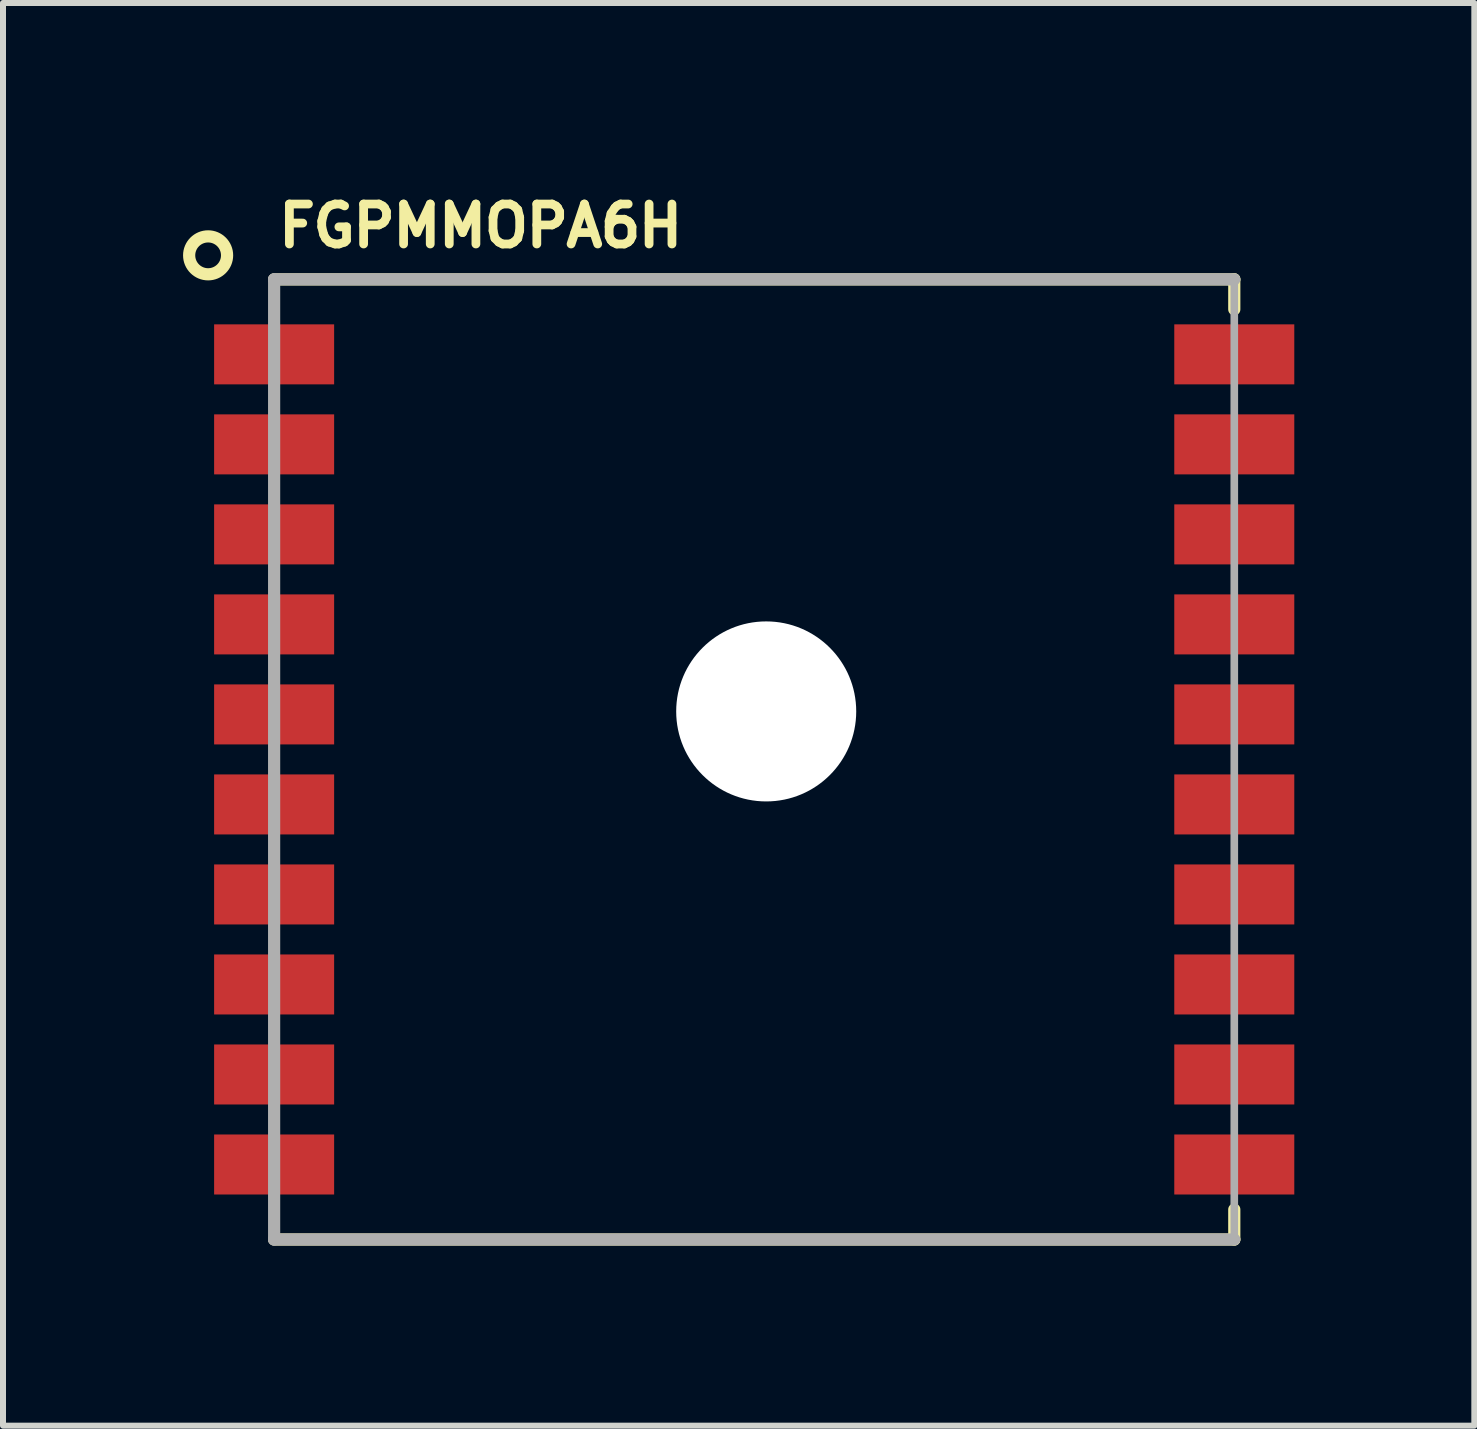
<source format=kicad_pcb>
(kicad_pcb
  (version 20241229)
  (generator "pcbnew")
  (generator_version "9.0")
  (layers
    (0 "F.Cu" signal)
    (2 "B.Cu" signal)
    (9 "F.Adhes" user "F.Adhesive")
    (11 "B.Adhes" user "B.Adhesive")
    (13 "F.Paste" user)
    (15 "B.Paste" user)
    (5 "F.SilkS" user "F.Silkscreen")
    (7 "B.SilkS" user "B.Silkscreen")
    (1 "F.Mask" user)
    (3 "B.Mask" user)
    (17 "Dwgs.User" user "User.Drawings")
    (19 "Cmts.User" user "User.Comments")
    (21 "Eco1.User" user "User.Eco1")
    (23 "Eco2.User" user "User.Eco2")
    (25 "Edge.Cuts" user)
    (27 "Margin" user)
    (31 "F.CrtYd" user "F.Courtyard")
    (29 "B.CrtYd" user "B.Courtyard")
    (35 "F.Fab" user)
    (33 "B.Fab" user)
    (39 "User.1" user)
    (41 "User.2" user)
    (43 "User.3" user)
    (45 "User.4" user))
  (footprint "FGPMMOPA6H"
    (layer "F.Cu")
    (at 9.518 9.605)
    (property "Reference" "FGPMMOPA6H" (at -8 -8.5 0) (layer "F.SilkS") (effects (font (size 0.666 0.666) (thickness 0.146)) (justify left bottom)))
    (fp_line (start -8 -8) (end 8 -8) (stroke (width 0.203) (type solid)) (layer "F.SilkS"))
    (fp_line (start 8 -8) (end 8 -7.5) (stroke (width 0.203) (type solid)) (layer "F.SilkS"))
    (fp_line (start 8 7.5) (end 8 8) (stroke (width 0.203) (type solid)) (layer "F.SilkS"))
    (fp_line (start 8 8) (end -8 8) (stroke (width 0.203) (type solid)) (layer "F.SilkS"))
    (fp_circle (center -9.1 -8.4) (end -8.784 -8.4) (stroke (width 0.203) (type solid)) (fill no) (layer "F.SilkS"))
    (fp_line (start -8 -8) (end 8 -8) (stroke (width 0.203) (type solid)) (layer "F.Fab"))
    (fp_line (start -8 8) (end -8 -8) (stroke (width 0.203) (type solid)) (layer "F.Fab"))
    (fp_line (start 8 -8) (end 8 8) (stroke (width 0.127) (type solid)) (layer "F.Fab"))
    (fp_line (start 8 8) (end -8 8) (stroke (width 0.203) (type solid)) (layer "F.Fab"))
    (pad "" np_thru_hole circle (at 0.2 -0.8) (size 3 3) (drill 3) (layers "*.Cu" "*.Mask"))
    (pad "P$1" smd rect (at -8 -6.75) (size 2 1) (layers "F.Cu" "F.Mask" "F.Paste"))
    (pad "P$2" smd rect (at -8 -5.25) (size 2 1) (layers "F.Cu" "F.Mask" "F.Paste"))
    (pad "P$3" smd rect (at -8 -3.75) (size 2 1) (layers "F.Cu" "F.Mask" "F.Paste"))
    (pad "P$4" smd rect (at -8 -2.25) (size 2 1) (layers "F.Cu" "F.Mask" "F.Paste"))
    (pad "P$5" smd rect (at -8 -0.75) (size 2 1) (layers "F.Cu" "F.Mask" "F.Paste"))
    (pad "P$6" smd rect (at -8 0.75) (size 2 1) (layers "F.Cu" "F.Mask" "F.Paste"))
    (pad "P$7" smd rect (at -8 2.25) (size 2 1) (layers "F.Cu" "F.Mask" "F.Paste"))
    (pad "P$8" smd rect (at -8 3.75) (size 2 1) (layers "F.Cu" "F.Mask" "F.Paste"))
    (pad "P$9" smd rect (at -8 5.25) (size 2 1) (layers "F.Cu" "F.Mask" "F.Paste"))
    (pad "P$10" smd rect (at -8 6.75) (size 2 1) (layers "F.Cu" "F.Mask" "F.Paste"))
    (pad "P$11" smd rect (at 8 6.75 180) (size 2 1) (layers "F.Cu" "F.Mask" "F.Paste"))
    (pad "P$12" smd rect (at 8 5.25 180) (size 2 1) (layers "F.Cu" "F.Mask" "F.Paste"))
    (pad "P$13" smd rect (at 8 3.75 180) (size 2 1) (layers "F.Cu" "F.Mask" "F.Paste"))
    (pad "P$14" smd rect (at 8 2.25 180) (size 2 1) (layers "F.Cu" "F.Mask" "F.Paste"))
    (pad "P$15" smd rect (at 8 0.75 180) (size 2 1) (layers "F.Cu" "F.Mask" "F.Paste"))
    (pad "P$16" smd rect (at 8 -0.75 180) (size 2 1) (layers "F.Cu" "F.Mask" "F.Paste"))
    (pad "P$17" smd rect (at 8 -2.25 180) (size 2 1) (layers "F.Cu" "F.Mask" "F.Paste"))
    (pad "P$18" smd rect (at 8 -3.75 180) (size 2 1) (layers "F.Cu" "F.Mask" "F.Paste"))
    (pad "P$19" smd rect (at 8 -5.25 180) (size 2 1) (layers "F.Cu" "F.Mask" "F.Paste"))
    (pad "P$20" smd rect (at 8 -6.75 180) (size 2 1) (layers "F.Cu" "F.Mask" "F.Paste")))
  (gr_rect
    (start -3 -3)
    (end 21.518 20.707)
    (stroke (width 0.1) (type default))
    (fill no)
    (layer "Edge.Cuts")))
</source>
